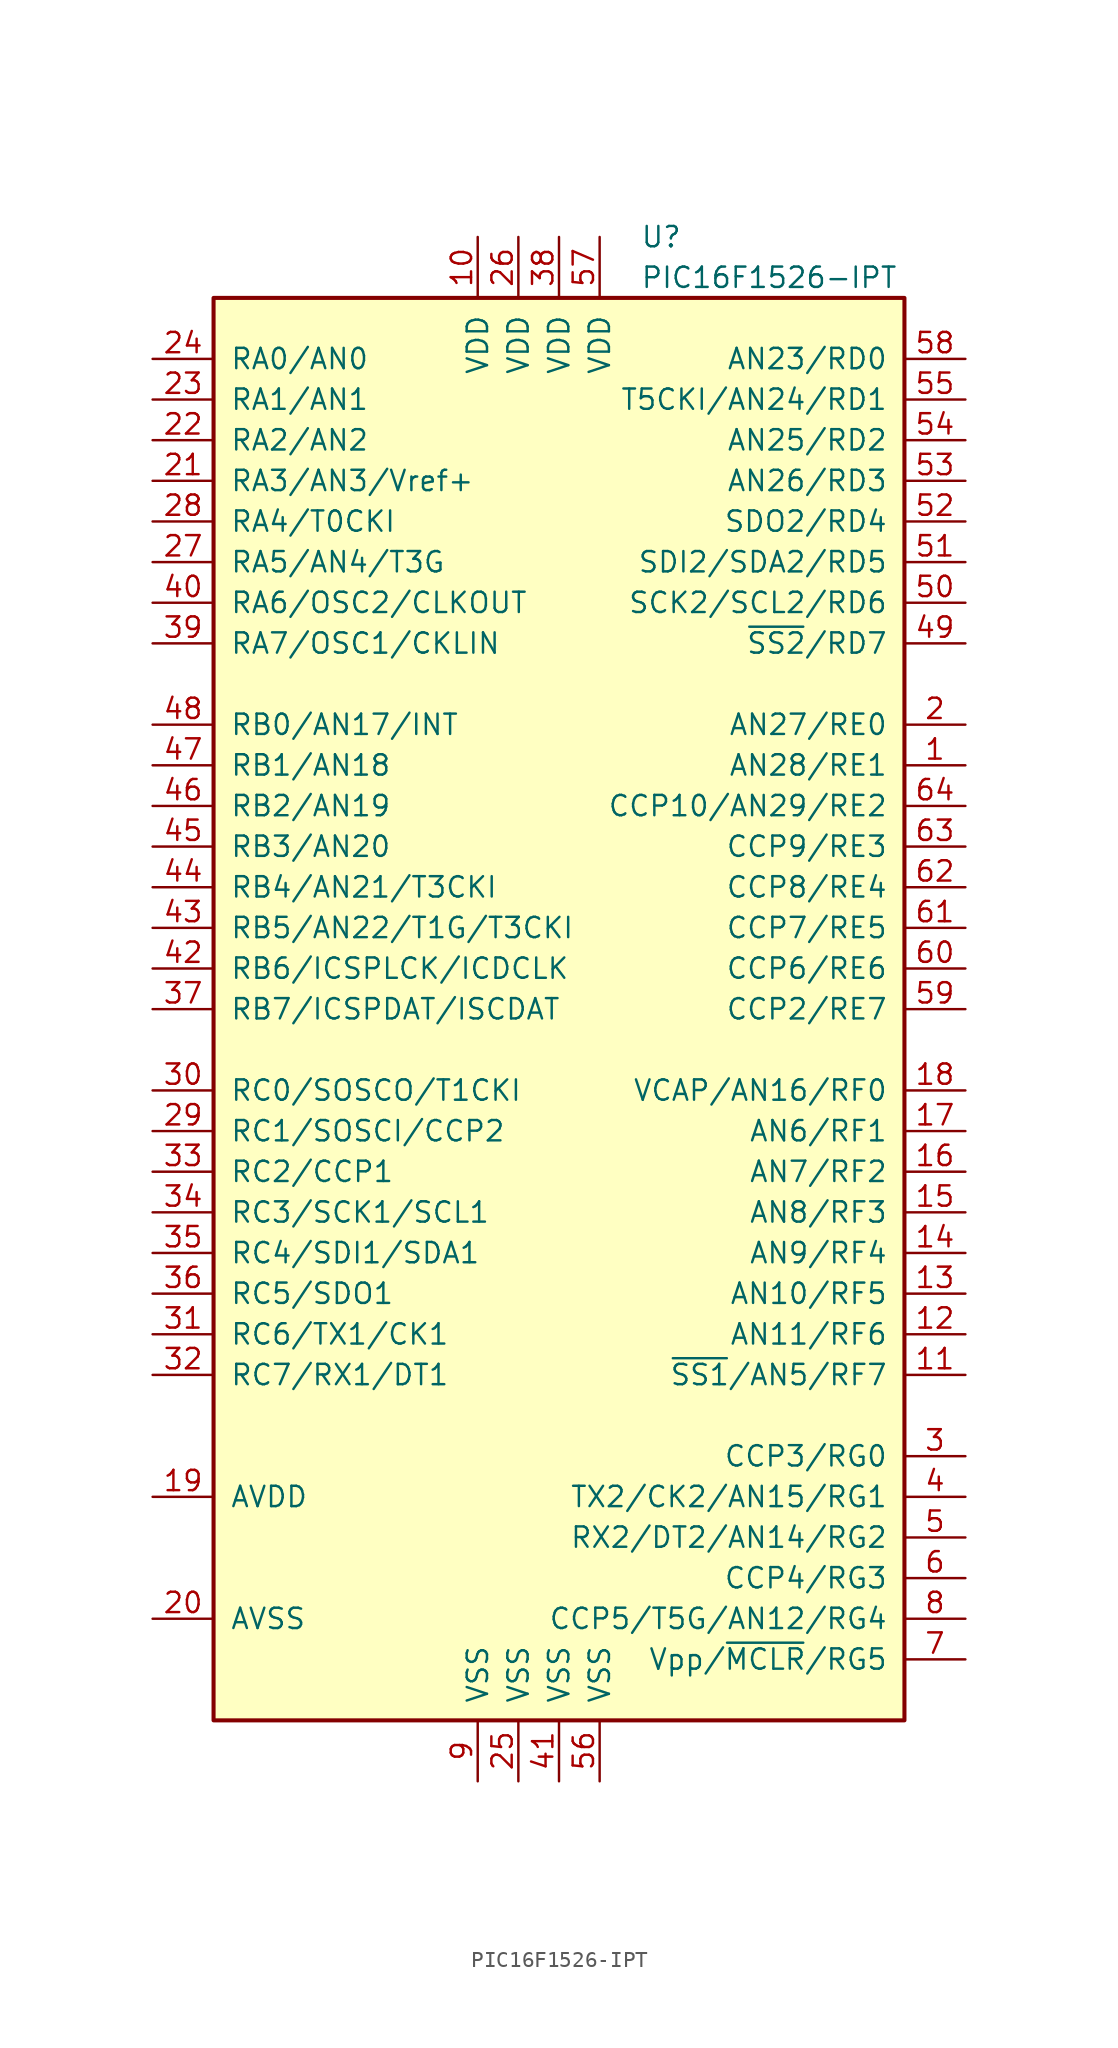
<source format=kicad_sym>
(kicad_symbol_lib
  (version 20200908)
  (generator kicad_symbol_editor)
  (symbol "MCU_Microchip_PIC16:PIC16F1526-IPT"
    (pin_names
      (offset 1.016))
    (property "Reference" "U"
      (at 5.08 48.26 0)
      (effects (font (size 1.27 1.27)) (justify left)))
    (property "Value" "PIC16F1526-IPT"
      (at 5.08 45.72 0)
      (effects (font (size 1.27 1.27)) (justify left)))
    (symbol "PIC16F1526-IPT_0_1"
      (rectangle (start -21.59 44.45) (end 21.59 -44.45) (stroke (width 0.254)) (fill (type background))))
    (symbol "PIC16F1526-IPT_1_1"
      (pin bidirectional line (at 25.4 15.24 180) (length 3.81) (name "AN28/RE1" (effects (font (size 1.27 1.27)))) (number "1" (effects (font (size 1.27 1.27)))))
      (pin power_in line (at -5.08 48.26 270) (length 3.81) (name "VDD" (effects (font (size 1.27 1.27)))) (number "10" (effects (font (size 1.27 1.27)))))
      (pin bidirectional line (at 25.4 -22.86 180) (length 3.81) (name "~SS1~/AN5/RF7" (effects (font (size 1.27 1.27)))) (number "11" (effects (font (size 1.27 1.27)))))
      (pin bidirectional line (at 25.4 -20.32 180) (length 3.81) (name "AN11/RF6" (effects (font (size 1.27 1.27)))) (number "12" (effects (font (size 1.27 1.27)))))
      (pin bidirectional line (at 25.4 -17.78 180) (length 3.81) (name "AN10/RF5" (effects (font (size 1.27 1.27)))) (number "13" (effects (font (size 1.27 1.27)))))
      (pin bidirectional line (at 25.4 -15.24 180) (length 3.81) (name "AN9/RF4" (effects (font (size 1.27 1.27)))) (number "14" (effects (font (size 1.27 1.27)))))
      (pin bidirectional line (at 25.4 -12.7 180) (length 3.81) (name "AN8/RF3" (effects (font (size 1.27 1.27)))) (number "15" (effects (font (size 1.27 1.27)))))
      (pin bidirectional line (at 25.4 -10.16 180) (length 3.81) (name "AN7/RF2" (effects (font (size 1.27 1.27)))) (number "16" (effects (font (size 1.27 1.27)))))
      (pin bidirectional line (at 25.4 -7.62 180) (length 3.81) (name "AN6/RF1" (effects (font (size 1.27 1.27)))) (number "17" (effects (font (size 1.27 1.27)))))
      (pin bidirectional line (at 25.4 -5.08 180) (length 3.81) (name "VCAP/AN16/RF0" (effects (font (size 1.27 1.27)))) (number "18" (effects (font (size 1.27 1.27)))))
      (pin power_in line (at -25.4 -30.48 0) (length 3.81) (name "AVDD" (effects (font (size 1.27 1.27)))) (number "19" (effects (font (size 1.27 1.27)))))
      (pin bidirectional line (at 25.4 17.78 180) (length 3.81) (name "AN27/RE0" (effects (font (size 1.27 1.27)))) (number "2" (effects (font (size 1.27 1.27)))))
      (pin power_in line (at -25.4 -38.1 0) (length 3.81) (name "AVSS" (effects (font (size 1.27 1.27)))) (number "20" (effects (font (size 1.27 1.27)))))
      (pin bidirectional line (at -25.4 33.02 0) (length 3.81) (name "RA3/AN3/Vref+" (effects (font (size 1.27 1.27)))) (number "21" (effects (font (size 1.27 1.27)))))
      (pin bidirectional line (at -25.4 35.56 0) (length 3.81) (name "RA2/AN2" (effects (font (size 1.27 1.27)))) (number "22" (effects (font (size 1.27 1.27)))))
      (pin bidirectional line (at -25.4 38.1 0) (length 3.81) (name "RA1/AN1" (effects (font (size 1.27 1.27)))) (number "23" (effects (font (size 1.27 1.27)))))
      (pin bidirectional line (at -25.4 40.64 0) (length 3.81) (name "RA0/AN0" (effects (font (size 1.27 1.27)))) (number "24" (effects (font (size 1.27 1.27)))))
      (pin power_in line (at -2.54 -48.26 90) (length 3.81) (name "VSS" (effects (font (size 1.27 1.27)))) (number "25" (effects (font (size 1.27 1.27)))))
      (pin power_in line (at -2.54 48.26 270) (length 3.81) (name "VDD" (effects (font (size 1.27 1.27)))) (number "26" (effects (font (size 1.27 1.27)))))
      (pin bidirectional line (at -25.4 27.94 0) (length 3.81) (name "RA5/AN4/T3G" (effects (font (size 1.27 1.27)))) (number "27" (effects (font (size 1.27 1.27)))))
      (pin bidirectional line (at -25.4 30.48 0) (length 3.81) (name "RA4/T0CKI" (effects (font (size 1.27 1.27)))) (number "28" (effects (font (size 1.27 1.27)))))
      (pin bidirectional line (at -25.4 -7.62 0) (length 3.81) (name "RC1/SOSCI/CCP2" (effects (font (size 1.27 1.27)))) (number "29" (effects (font (size 1.27 1.27)))))
      (pin bidirectional line (at 25.4 -27.94 180) (length 3.81) (name "CCP3/RG0" (effects (font (size 1.27 1.27)))) (number "3" (effects (font (size 1.27 1.27)))))
      (pin bidirectional line (at -25.4 -5.08 0) (length 3.81) (name "RC0/SOSCO/T1CKI" (effects (font (size 1.27 1.27)))) (number "30" (effects (font (size 1.27 1.27)))))
      (pin bidirectional line (at -25.4 -20.32 0) (length 3.81) (name "RC6/TX1/CK1" (effects (font (size 1.27 1.27)))) (number "31" (effects (font (size 1.27 1.27)))))
      (pin bidirectional line (at -25.4 -22.86 0) (length 3.81) (name "RC7/RX1/DT1" (effects (font (size 1.27 1.27)))) (number "32" (effects (font (size 1.27 1.27)))))
      (pin bidirectional line (at -25.4 -10.16 0) (length 3.81) (name "RC2/CCP1" (effects (font (size 1.27 1.27)))) (number "33" (effects (font (size 1.27 1.27)))))
      (pin bidirectional line (at -25.4 -12.7 0) (length 3.81) (name "RC3/SCK1/SCL1" (effects (font (size 1.27 1.27)))) (number "34" (effects (font (size 1.27 1.27)))))
      (pin bidirectional line (at -25.4 -15.24 0) (length 3.81) (name "RC4/SDI1/SDA1" (effects (font (size 1.27 1.27)))) (number "35" (effects (font (size 1.27 1.27)))))
      (pin bidirectional line (at -25.4 -17.78 0) (length 3.81) (name "RC5/SDO1" (effects (font (size 1.27 1.27)))) (number "36" (effects (font (size 1.27 1.27)))))
      (pin bidirectional line (at -25.4 0 0) (length 3.81) (name "RB7/ICSPDAT/ISCDAT" (effects (font (size 1.27 1.27)))) (number "37" (effects (font (size 1.27 1.27)))))
      (pin power_in line (at 0 48.26 270) (length 3.81) (name "VDD" (effects (font (size 1.27 1.27)))) (number "38" (effects (font (size 1.27 1.27)))))
      (pin bidirectional line (at -25.4 22.86 0) (length 3.81) (name "RA7/OSC1/CKLIN" (effects (font (size 1.27 1.27)))) (number "39" (effects (font (size 1.27 1.27)))))
      (pin bidirectional line (at 25.4 -30.48 180) (length 3.81) (name "TX2/CK2/AN15/RG1" (effects (font (size 1.27 1.27)))) (number "4" (effects (font (size 1.27 1.27)))))
      (pin bidirectional line (at -25.4 25.4 0) (length 3.81) (name "RA6/OSC2/CLKOUT" (effects (font (size 1.27 1.27)))) (number "40" (effects (font (size 1.27 1.27)))))
      (pin power_in line (at 0 -48.26 90) (length 3.81) (name "VSS" (effects (font (size 1.27 1.27)))) (number "41" (effects (font (size 1.27 1.27)))))
      (pin bidirectional line (at -25.4 2.54 0) (length 3.81) (name "RB6/ICSPLCK/ICDCLK" (effects (font (size 1.27 1.27)))) (number "42" (effects (font (size 1.27 1.27)))))
      (pin bidirectional line (at -25.4 5.08 0) (length 3.81) (name "RB5/AN22/T1G/T3CKI" (effects (font (size 1.27 1.27)))) (number "43" (effects (font (size 1.27 1.27)))))
      (pin bidirectional line (at -25.4 7.62 0) (length 3.81) (name "RB4/AN21/T3CKI" (effects (font (size 1.27 1.27)))) (number "44" (effects (font (size 1.27 1.27)))))
      (pin bidirectional line (at -25.4 10.16 0) (length 3.81) (name "RB3/AN20" (effects (font (size 1.27 1.27)))) (number "45" (effects (font (size 1.27 1.27)))))
      (pin bidirectional line (at -25.4 12.7 0) (length 3.81) (name "RB2/AN19" (effects (font (size 1.27 1.27)))) (number "46" (effects (font (size 1.27 1.27)))))
      (pin bidirectional line (at -25.4 15.24 0) (length 3.81) (name "RB1/AN18" (effects (font (size 1.27 1.27)))) (number "47" (effects (font (size 1.27 1.27)))))
      (pin bidirectional line (at -25.4 17.78 0) (length 3.81) (name "RB0/AN17/INT" (effects (font (size 1.27 1.27)))) (number "48" (effects (font (size 1.27 1.27)))))
      (pin bidirectional line (at 25.4 22.86 180) (length 3.81) (name "~SS2~/RD7" (effects (font (size 1.27 1.27)))) (number "49" (effects (font (size 1.27 1.27)))))
      (pin bidirectional line (at 25.4 -33.02 180) (length 3.81) (name "RX2/DT2/AN14/RG2" (effects (font (size 1.27 1.27)))) (number "5" (effects (font (size 1.27 1.27)))))
      (pin bidirectional line (at 25.4 25.4 180) (length 3.81) (name "SCK2/SCL2/RD6" (effects (font (size 1.27 1.27)))) (number "50" (effects (font (size 1.27 1.27)))))
      (pin bidirectional line (at 25.4 27.94 180) (length 3.81) (name "SDI2/SDA2/RD5" (effects (font (size 1.27 1.27)))) (number "51" (effects (font (size 1.27 1.27)))))
      (pin bidirectional line (at 25.4 30.48 180) (length 3.81) (name "SDO2/RD4" (effects (font (size 1.27 1.27)))) (number "52" (effects (font (size 1.27 1.27)))))
      (pin bidirectional line (at 25.4 33.02 180) (length 3.81) (name "AN26/RD3" (effects (font (size 1.27 1.27)))) (number "53" (effects (font (size 1.27 1.27)))))
      (pin bidirectional line (at 25.4 35.56 180) (length 3.81) (name "AN25/RD2" (effects (font (size 1.27 1.27)))) (number "54" (effects (font (size 1.27 1.27)))))
      (pin bidirectional line (at 25.4 38.1 180) (length 3.81) (name "T5CKI/AN24/RD1" (effects (font (size 1.27 1.27)))) (number "55" (effects (font (size 1.27 1.27)))))
      (pin power_in line (at 2.54 -48.26 90) (length 3.81) (name "VSS" (effects (font (size 1.27 1.27)))) (number "56" (effects (font (size 1.27 1.27)))))
      (pin power_in line (at 2.54 48.26 270) (length 3.81) (name "VDD" (effects (font (size 1.27 1.27)))) (number "57" (effects (font (size 1.27 1.27)))))
      (pin bidirectional line (at 25.4 40.64 180) (length 3.81) (name "AN23/RD0" (effects (font (size 1.27 1.27)))) (number "58" (effects (font (size 1.27 1.27)))))
      (pin bidirectional line (at 25.4 0 180) (length 3.81) (name "CCP2/RE7" (effects (font (size 1.27 1.27)))) (number "59" (effects (font (size 1.27 1.27)))))
      (pin bidirectional line (at 25.4 -35.56 180) (length 3.81) (name "CCP4/RG3" (effects (font (size 1.27 1.27)))) (number "6" (effects (font (size 1.27 1.27)))))
      (pin bidirectional line (at 25.4 2.54 180) (length 3.81) (name "CCP6/RE6" (effects (font (size 1.27 1.27)))) (number "60" (effects (font (size 1.27 1.27)))))
      (pin bidirectional line (at 25.4 5.08 180) (length 3.81) (name "CCP7/RE5" (effects (font (size 1.27 1.27)))) (number "61" (effects (font (size 1.27 1.27)))))
      (pin bidirectional line (at 25.4 7.62 180) (length 3.81) (name "CCP8/RE4" (effects (font (size 1.27 1.27)))) (number "62" (effects (font (size 1.27 1.27)))))
      (pin bidirectional line (at 25.4 10.16 180) (length 3.81) (name "CCP9/RE3" (effects (font (size 1.27 1.27)))) (number "63" (effects (font (size 1.27 1.27)))))
      (pin bidirectional line (at 25.4 12.7 180) (length 3.81) (name "CCP10/AN29/RE2" (effects (font (size 1.27 1.27)))) (number "64" (effects (font (size 1.27 1.27)))))
      (pin input line (at 25.4 -40.64 180) (length 3.81) (name "Vpp/~MCLR~/RG5" (effects (font (size 1.27 1.27)))) (number "7" (effects (font (size 1.27 1.27)))))
      (pin bidirectional line (at 25.4 -38.1 180) (length 3.81) (name "CCP5/T5G/AN12/RG4" (effects (font (size 1.27 1.27)))) (number "8" (effects (font (size 1.27 1.27)))))
      (pin power_in line (at -5.08 -48.26 90) (length 3.81) (name "VSS" (effects (font (size 1.27 1.27)))) (number "9" (effects (font (size 1.27 1.27))))))))
</source>
